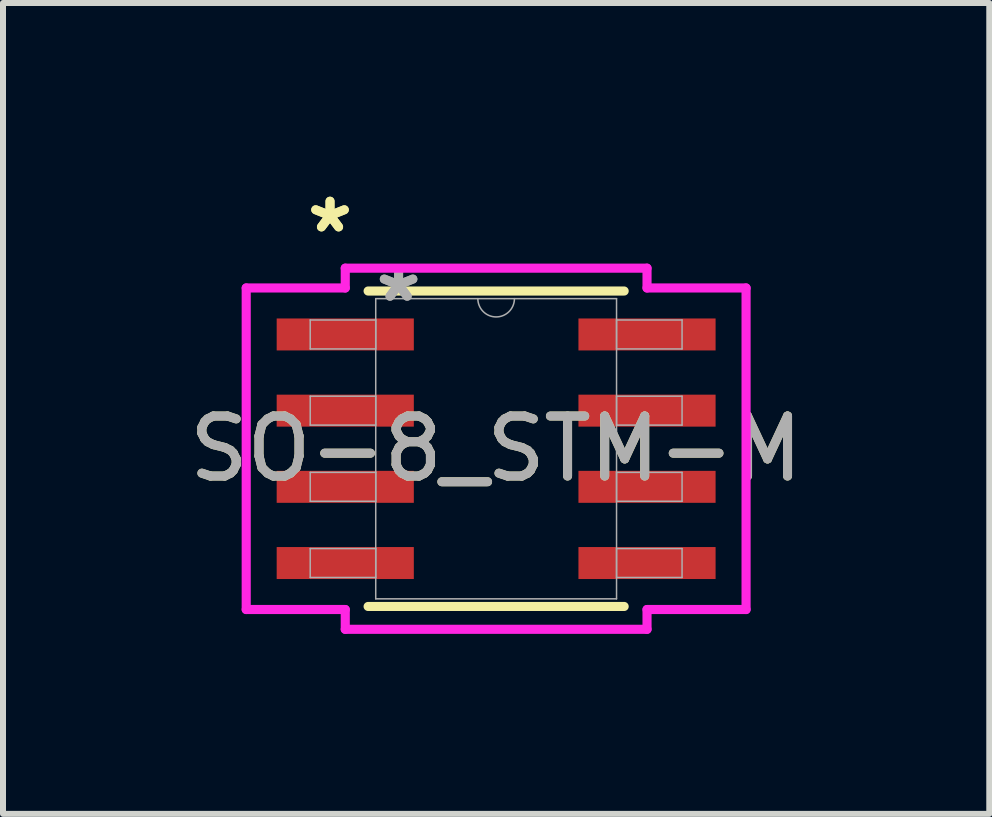
<source format=kicad_pcb>
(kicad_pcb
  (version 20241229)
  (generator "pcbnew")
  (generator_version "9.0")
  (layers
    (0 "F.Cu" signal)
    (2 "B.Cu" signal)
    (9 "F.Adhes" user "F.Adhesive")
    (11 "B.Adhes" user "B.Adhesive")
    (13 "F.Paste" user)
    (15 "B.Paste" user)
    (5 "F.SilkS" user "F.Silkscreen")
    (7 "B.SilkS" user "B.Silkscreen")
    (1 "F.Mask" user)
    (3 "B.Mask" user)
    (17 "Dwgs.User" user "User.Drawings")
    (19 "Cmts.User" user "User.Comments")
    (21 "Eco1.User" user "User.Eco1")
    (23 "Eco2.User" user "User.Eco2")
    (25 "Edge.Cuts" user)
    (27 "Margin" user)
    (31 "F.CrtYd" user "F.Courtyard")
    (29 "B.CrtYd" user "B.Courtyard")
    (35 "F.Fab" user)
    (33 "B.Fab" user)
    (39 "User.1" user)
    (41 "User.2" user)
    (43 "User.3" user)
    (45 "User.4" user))
  (footprint "SO-8_STM-M"
    (layer "F.Cu")
    (at 5.22 4.43)
    (property "Reference" "SO-8_STM-M" (at 0 0 0) (unlocked yes) (layer "F.SilkS") (effects (font (size 1 1) (thickness 0.15))))
    (attr smd)
    (fp_line (start -2.134 2.629) (end 2.134 2.629) (stroke (width 0.152) (type solid)) (layer "F.SilkS"))
    (fp_line (start 2.134 -2.629) (end -2.134 -2.629) (stroke (width 0.152) (type solid)) (layer "F.SilkS"))
    (fp_line (start -4.166 -2.68) (end -2.515 -2.68) (stroke (width 0.152) (type solid)) (layer "F.CrtYd"))
    (fp_line (start -4.166 2.68) (end -4.166 -2.68) (stroke (width 0.152) (type solid)) (layer "F.CrtYd"))
    (fp_line (start -4.166 2.68) (end -2.515 2.68) (stroke (width 0.152) (type solid)) (layer "F.CrtYd"))
    (fp_line (start -2.515 -3.01) (end 2.515 -3.01) (stroke (width 0.152) (type solid)) (layer "F.CrtYd"))
    (fp_line (start -2.515 -2.68) (end -2.515 -3.01) (stroke (width 0.152) (type solid)) (layer "F.CrtYd"))
    (fp_line (start -2.515 3.01) (end -2.515 2.68) (stroke (width 0.152) (type solid)) (layer "F.CrtYd"))
    (fp_line (start 2.515 -3.01) (end 2.515 -2.68) (stroke (width 0.152) (type solid)) (layer "F.CrtYd"))
    (fp_line (start 2.515 2.68) (end 2.515 3.01) (stroke (width 0.152) (type solid)) (layer "F.CrtYd"))
    (fp_line (start 2.515 3.01) (end -2.515 3.01) (stroke (width 0.152) (type solid)) (layer "F.CrtYd"))
    (fp_line (start 4.166 -2.68) (end 2.515 -2.68) (stroke (width 0.152) (type solid)) (layer "F.CrtYd"))
    (fp_line (start 4.166 -2.68) (end 4.166 2.68) (stroke (width 0.152) (type solid)) (layer "F.CrtYd"))
    (fp_line (start 4.166 2.68) (end 2.515 2.68) (stroke (width 0.152) (type solid)) (layer "F.CrtYd"))
    (fp_line (start -3.099 -2.146) (end -3.099 -1.664) (stroke (width 0.025) (type solid)) (layer "F.Fab"))
    (fp_line (start -3.099 -1.664) (end -2.007 -1.664) (stroke (width 0.025) (type solid)) (layer "F.Fab"))
    (fp_line (start -3.099 -0.876) (end -3.099 -0.394) (stroke (width 0.025) (type solid)) (layer "F.Fab"))
    (fp_line (start -3.099 -0.394) (end -2.007 -0.394) (stroke (width 0.025) (type solid)) (layer "F.Fab"))
    (fp_line (start -3.099 0.394) (end -3.099 0.876) (stroke (width 0.025) (type solid)) (layer "F.Fab"))
    (fp_line (start -3.099 0.876) (end -2.007 0.876) (stroke (width 0.025) (type solid)) (layer "F.Fab"))
    (fp_line (start -3.099 1.664) (end -3.099 2.146) (stroke (width 0.025) (type solid)) (layer "F.Fab"))
    (fp_line (start -3.099 2.146) (end -2.007 2.146) (stroke (width 0.025) (type solid)) (layer "F.Fab"))
    (fp_line (start -2.007 -2.502) (end -2.007 2.502) (stroke (width 0.025) (type solid)) (layer "F.Fab"))
    (fp_line (start -2.007 -2.146) (end -3.099 -2.146) (stroke (width 0.025) (type solid)) (layer "F.Fab"))
    (fp_line (start -2.007 -1.664) (end -2.007 -2.146) (stroke (width 0.025) (type solid)) (layer "F.Fab"))
    (fp_line (start -2.007 -0.876) (end -3.099 -0.876) (stroke (width 0.025) (type solid)) (layer "F.Fab"))
    (fp_line (start -2.007 -0.394) (end -2.007 -0.876) (stroke (width 0.025) (type solid)) (layer "F.Fab"))
    (fp_line (start -2.007 0.394) (end -3.099 0.394) (stroke (width 0.025) (type solid)) (layer "F.Fab"))
    (fp_line (start -2.007 0.876) (end -2.007 0.394) (stroke (width 0.025) (type solid)) (layer "F.Fab"))
    (fp_line (start -2.007 1.664) (end -3.099 1.664) (stroke (width 0.025) (type solid)) (layer "F.Fab"))
    (fp_line (start -2.007 2.146) (end -2.007 1.664) (stroke (width 0.025) (type solid)) (layer "F.Fab"))
    (fp_line (start -2.007 2.502) (end 2.007 2.502) (stroke (width 0.025) (type solid)) (layer "F.Fab"))
    (fp_line (start 2.007 -2.502) (end -2.007 -2.502) (stroke (width 0.025) (type solid)) (layer "F.Fab"))
    (fp_line (start 2.007 -2.146) (end 2.007 -1.664) (stroke (width 0.025) (type solid)) (layer "F.Fab"))
    (fp_line (start 2.007 -1.664) (end 3.099 -1.664) (stroke (width 0.025) (type solid)) (layer "F.Fab"))
    (fp_line (start 2.007 -0.876) (end 2.007 -0.394) (stroke (width 0.025) (type solid)) (layer "F.Fab"))
    (fp_line (start 2.007 -0.394) (end 3.099 -0.394) (stroke (width 0.025) (type solid)) (layer "F.Fab"))
    (fp_line (start 2.007 0.394) (end 2.007 0.876) (stroke (width 0.025) (type solid)) (layer "F.Fab"))
    (fp_line (start 2.007 0.876) (end 3.099 0.876) (stroke (width 0.025) (type solid)) (layer "F.Fab"))
    (fp_line (start 2.007 1.664) (end 2.007 2.146) (stroke (width 0.025) (type solid)) (layer "F.Fab"))
    (fp_line (start 2.007 2.146) (end 3.099 2.146) (stroke (width 0.025) (type solid)) (layer "F.Fab"))
    (fp_line (start 2.007 2.502) (end 2.007 -2.502) (stroke (width 0.025) (type solid)) (layer "F.Fab"))
    (fp_line (start 3.099 -2.146) (end 2.007 -2.146) (stroke (width 0.025) (type solid)) (layer "F.Fab"))
    (fp_line (start 3.099 -1.664) (end 3.099 -2.146) (stroke (width 0.025) (type solid)) (layer "F.Fab"))
    (fp_line (start 3.099 -0.876) (end 2.007 -0.876) (stroke (width 0.025) (type solid)) (layer "F.Fab"))
    (fp_line (start 3.099 -0.394) (end 3.099 -0.876) (stroke (width 0.025) (type solid)) (layer "F.Fab"))
    (fp_line (start 3.099 0.394) (end 2.007 0.394) (stroke (width 0.025) (type solid)) (layer "F.Fab"))
    (fp_line (start 3.099 0.876) (end 3.099 0.394) (stroke (width 0.025) (type solid)) (layer "F.Fab"))
    (fp_line (start 3.099 1.664) (end 2.007 1.664) (stroke (width 0.025) (type solid)) (layer "F.Fab"))
    (fp_line (start 3.099 2.146) (end 3.099 1.664) (stroke (width 0.025) (type solid)) (layer "F.Fab"))
    (fp_arc (start 0.3048 -2.5019) (mid 0 -2.1971) (end -0.3048 -2.5019) (stroke (width 0.0254) (type solid)) (layer "F.Fab"))
    (fp_text user "*" (at -2.769 -3.581 0) (unlocked yes) (layer "F.SilkS") (effects (font (size 1 1) (thickness 0.15))))
    (fp_text user "*" (at -2.769 -3.581 0) (layer "F.SilkS") (effects (font (size 1 1) (thickness 0.15))))
    (fp_text user "*" (at -1.626 -2.426 0) (layer "F.Fab") (effects (font (size 1 1) (thickness 0.15))))
    (fp_text user "*" (at -1.626 -2.426 0) (unlocked yes) (layer "F.Fab") (effects (font (size 1 1) (thickness 0.15))))
    (fp_text user "${REFERENCE}" (at 0 0 0) (unlocked yes) (layer "F.Fab") (effects (font (size 1 1) (thickness 0.15))))
    (pad "1" smd rect (at -2.515 -1.905) (size 2.286 0.533) (layers "F.Cu" "F.Mask" "F.Paste"))
    (pad "2" smd rect (at -2.515 -0.635) (size 2.286 0.533) (layers "F.Cu" "F.Mask" "F.Paste"))
    (pad "3" smd rect (at -2.515 0.635) (size 2.286 0.533) (layers "F.Cu" "F.Mask" "F.Paste"))
    (pad "4" smd rect (at -2.515 1.905) (size 2.286 0.533) (layers "F.Cu" "F.Mask" "F.Paste"))
    (pad "5" smd rect (at 2.515 1.905) (size 2.286 0.533) (layers "F.Cu" "F.Mask" "F.Paste"))
    (pad "6" smd rect (at 2.515 0.635) (size 2.286 0.533) (layers "F.Cu" "F.Mask" "F.Paste"))
    (pad "7" smd rect (at 2.515 -0.635) (size 2.286 0.533) (layers "F.Cu" "F.Mask" "F.Paste"))
    (pad "8" smd rect (at 2.515 -1.905) (size 2.286 0.533) (layers "F.Cu" "F.Mask" "F.Paste")))
  (gr_rect
    (start -3 -3)
    (end 13.44 10.516)
    (stroke (width 0.1) (type default))
    (fill no)
    (layer "Edge.Cuts")))
</source>
